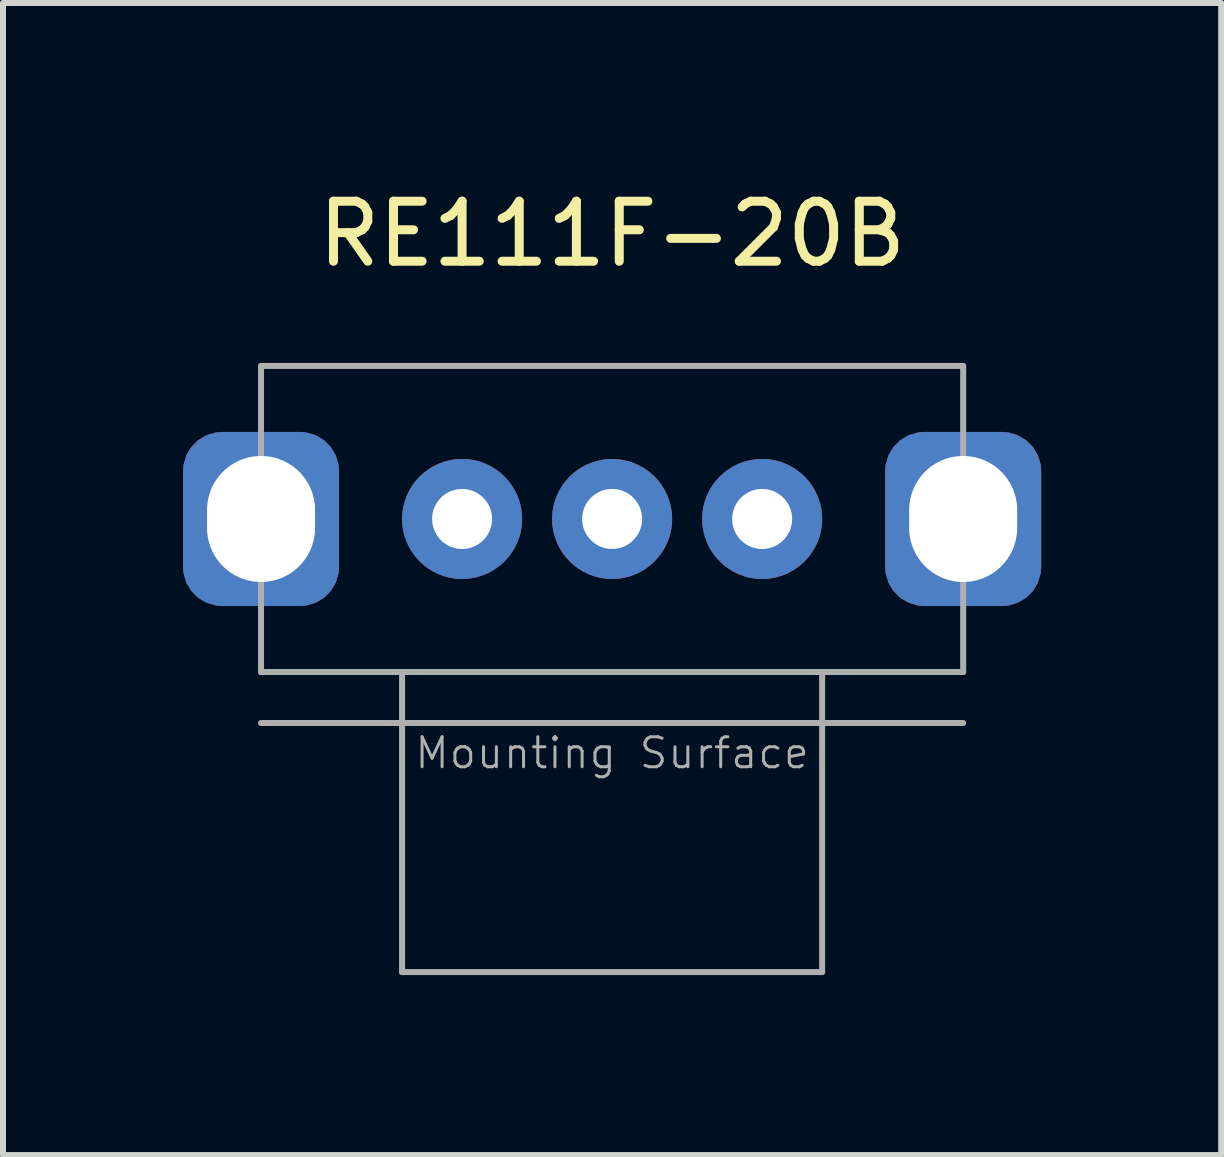
<source format=kicad_pcb>
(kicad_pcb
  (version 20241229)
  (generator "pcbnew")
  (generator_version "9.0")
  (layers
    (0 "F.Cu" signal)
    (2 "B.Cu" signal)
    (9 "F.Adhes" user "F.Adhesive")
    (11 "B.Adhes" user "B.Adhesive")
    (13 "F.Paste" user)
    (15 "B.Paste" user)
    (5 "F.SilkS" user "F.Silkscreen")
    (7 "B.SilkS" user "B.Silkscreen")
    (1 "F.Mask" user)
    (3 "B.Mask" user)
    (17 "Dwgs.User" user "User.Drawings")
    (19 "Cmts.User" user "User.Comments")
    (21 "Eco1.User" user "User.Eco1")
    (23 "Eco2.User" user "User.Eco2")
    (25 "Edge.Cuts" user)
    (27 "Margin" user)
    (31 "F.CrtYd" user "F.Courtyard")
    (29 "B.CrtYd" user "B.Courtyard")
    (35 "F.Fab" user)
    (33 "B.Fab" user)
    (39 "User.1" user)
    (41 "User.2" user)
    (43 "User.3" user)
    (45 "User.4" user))
  (footprint "RE111F-20B"
    (layer "F.Cu")
    (at 7.15 5.598)
    (property "Reference" "RE111F-20B" (at 0 -4.75 0) (layer "F.SilkS") (effects (font (size 1 1) (thickness 0.15))))
    (attr through_hole)
    (fp_line (start -5.85 -2.55) (end 5.85 -2.55) (stroke (width 0.1) (type solid)) (layer "F.Fab"))
    (fp_line (start -5.85 2.55) (end -5.85 -2.55) (stroke (width 0.1) (type solid)) (layer "F.Fab"))
    (fp_line (start -5.85 3.4) (end 5.85 3.4) (stroke (width 0.1) (type solid)) (layer "F.Fab"))
    (fp_line (start -3.5 2.55) (end -3.5 7.55) (stroke (width 0.1) (type solid)) (layer "F.Fab"))
    (fp_line (start -3.5 7.55) (end 3.5 7.55) (stroke (width 0.1) (type solid)) (layer "F.Fab"))
    (fp_line (start 3.5 7.55) (end 3.5 2.55) (stroke (width 0.1) (type solid)) (layer "F.Fab"))
    (fp_line (start 5.85 -2.55) (end 5.85 2.55) (stroke (width 0.1) (type solid)) (layer "F.Fab"))
    (fp_line (start 5.85 2.55) (end -5.85 2.55) (stroke (width 0.1) (type solid)) (layer "F.Fab"))
    (fp_text user "Mounting Surface" (at 0 3.9 0) (layer "F.Fab") (effects (font (size 0.5 0.5) (thickness 0.05))))
    (pad "" thru_hole roundrect (at -5.85 0) (size 2.6 2.9) (drill oval 1.8 2.1) (layers "*.Cu" "*.Mask") (roundrect_rratio 0.25))
    (pad "" thru_hole roundrect (at 5.85 0) (size 2.6 2.9) (drill oval 1.8 2.1) (layers "*.Cu" "*.Mask") (roundrect_rratio 0.25))
    (pad "A" thru_hole circle (at -2.5 0) (size 2 2) (drill 1) (layers "*.Cu" "*.Mask"))
    (pad "B" thru_hole circle (at 2.5 0) (size 2 2) (drill 1) (layers "*.Cu" "*.Mask"))
    (pad "C" thru_hole circle (at 0 0) (size 2 2) (drill 1) (layers "*.Cu" "*.Mask")))
  (gr_rect
    (start -3 -3)
    (end 17.3 16.198)
    (stroke (width 0.1) (type default))
    (fill no)
    (layer "Edge.Cuts")))
</source>
